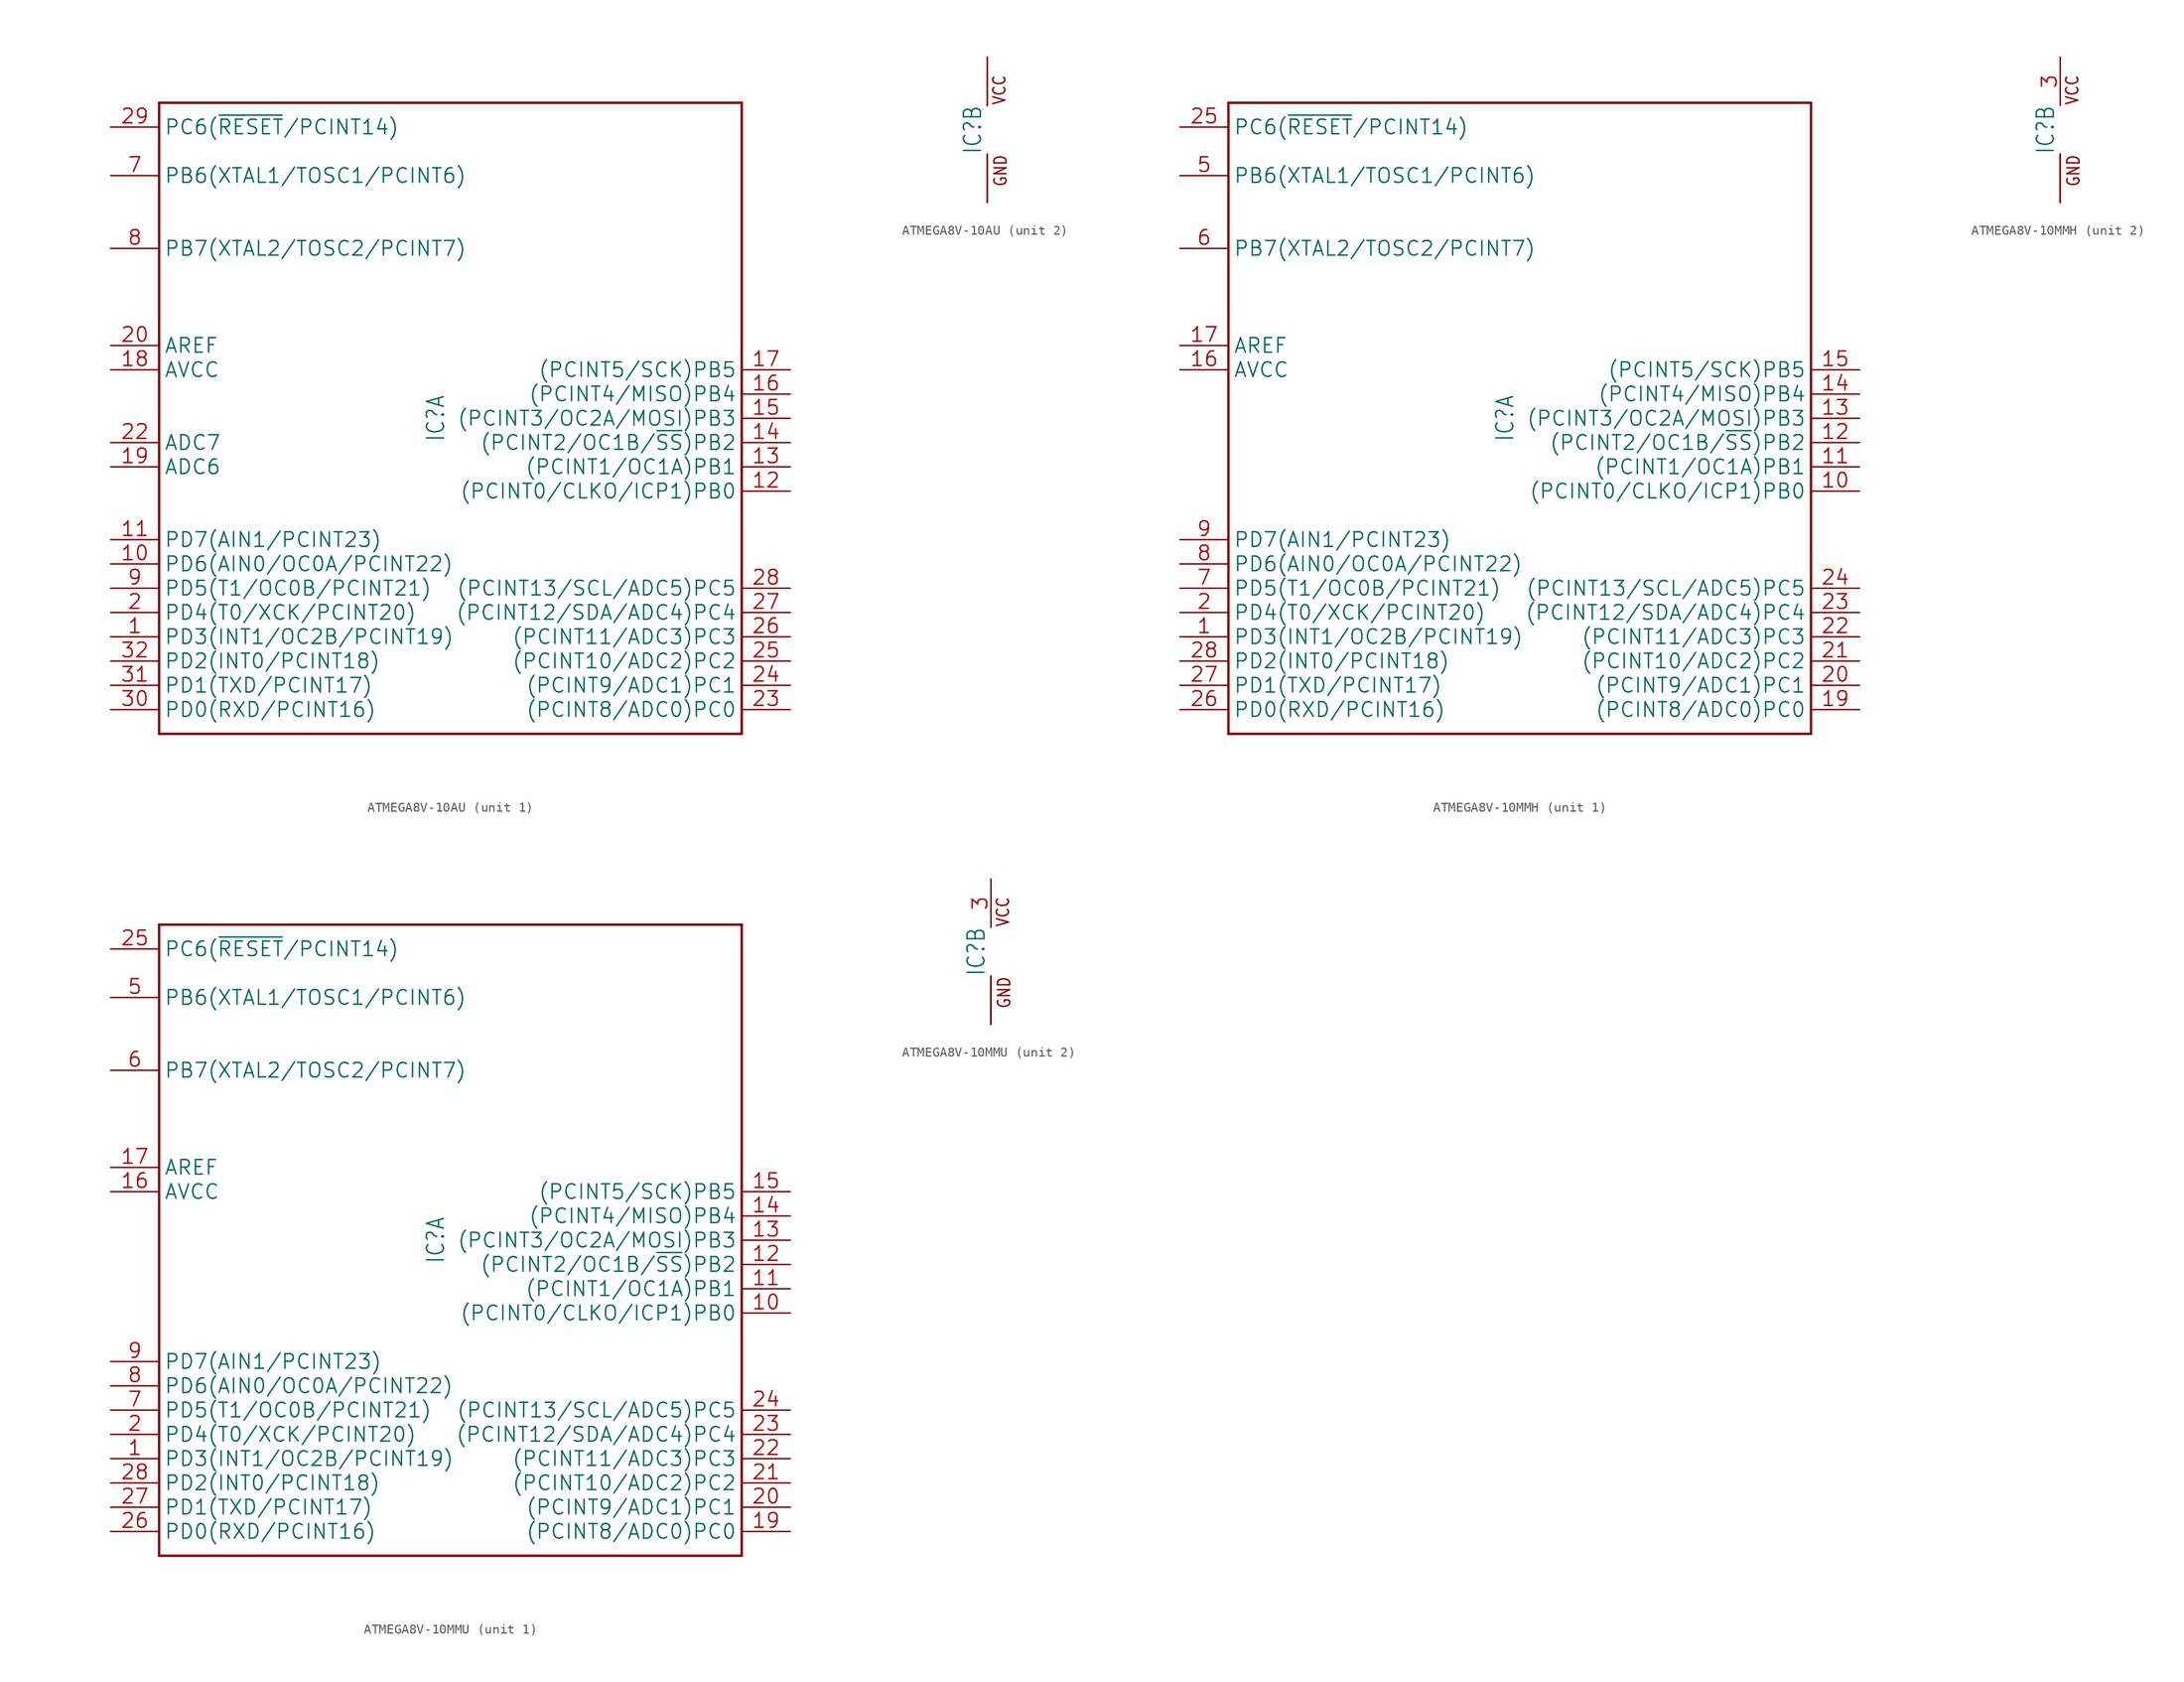
<source format=kicad_sym>
(kicad_symbol_lib
  (version 20241209)
  (generator "kicad_symbol_editor")
  (generator_version "9.0")
  (symbol "ATMEGA8V-10AU"
    (property "Reference" "IC"
      (at -0.508 0 90)
      (effects (font (size 1.778 1.511)) (justify bottom)))
    (property "ki_locked" ""
      (at 0 0 0)
      (effects (font (size 1.27 1.27))))
    (symbol "ATMEGA8V-10AU_1_0"
      (polyline (pts (xy -30.48 33.02) (xy 30.48 33.02)) (stroke (width 0.254) (type solid)) (fill (type none)))
      (polyline (pts (xy -30.48 -33.02) (xy -30.48 33.02)) (stroke (width 0.254) (type solid)) (fill (type none)))
      (polyline (pts (xy 30.48 33.02) (xy 30.48 -33.02)) (stroke (width 0.254) (type solid)) (fill (type none)))
      (polyline (pts (xy 30.48 -33.02) (xy -30.48 -33.02)) (stroke (width 0.254) (type solid)) (fill (type none)))
      (pin bidirectional line (at -35.56 30.48 0) (length 5.08) (name "PC6(~{RESET}/PCINT14)" (effects (font (size 1.524 1.524)))) (number "29" (effects (font (size 1.524 1.524)))))
      (pin bidirectional line (at -35.56 25.4 0) (length 5.08) (name "PB6(XTAL1/TOSC1/PCINT6)" (effects (font (size 1.524 1.524)))) (number "7" (effects (font (size 1.524 1.524)))))
      (pin bidirectional line (at -35.56 17.78 0) (length 5.08) (name "PB7(XTAL2/TOSC2/PCINT7)" (effects (font (size 1.524 1.524)))) (number "8" (effects (font (size 1.524 1.524)))))
      (pin passive line (at -35.56 7.62 0) (length 5.08) (name "AREF" (effects (font (size 1.524 1.524)))) (number "20" (effects (font (size 1.524 1.524)))))
      (pin power_in line (at -35.56 5.08 0) (length 5.08) (name "AVCC" (effects (font (size 1.524 1.524)))) (number "18" (effects (font (size 1.524 1.524)))))
      (pin bidirectional line (at -35.56 -2.54 0) (length 5.08) (name "ADC7" (effects (font (size 1.524 1.524)))) (number "22" (effects (font (size 1.524 1.524)))))
      (pin bidirectional line (at -35.56 -5.08 0) (length 5.08) (name "ADC6" (effects (font (size 1.524 1.524)))) (number "19" (effects (font (size 1.524 1.524)))))
      (pin bidirectional line (at -35.56 -12.7 0) (length 5.08) (name "PD7(AIN1/PCINT23)" (effects (font (size 1.524 1.524)))) (number "11" (effects (font (size 1.524 1.524)))))
      (pin bidirectional line (at -35.56 -15.24 0) (length 5.08) (name "PD6(AIN0/OC0A/PCINT22)" (effects (font (size 1.524 1.524)))) (number "10" (effects (font (size 1.524 1.524)))))
      (pin bidirectional line (at -35.56 -17.78 0) (length 5.08) (name "PD5(T1/OC0B/PCINT21)" (effects (font (size 1.524 1.524)))) (number "9" (effects (font (size 1.524 1.524)))))
      (pin bidirectional line (at -35.56 -20.32 0) (length 5.08) (name "PD4(T0/XCK/PCINT20)" (effects (font (size 1.524 1.524)))) (number "2" (effects (font (size 1.524 1.524)))))
      (pin bidirectional line (at -35.56 -22.86 0) (length 5.08) (name "PD3(INT1/OC2B/PCINT19)" (effects (font (size 1.524 1.524)))) (number "1" (effects (font (size 1.524 1.524)))))
      (pin bidirectional line (at -35.56 -25.4 0) (length 5.08) (name "PD2(INT0/PCINT18)" (effects (font (size 1.524 1.524)))) (number "32" (effects (font (size 1.524 1.524)))))
      (pin bidirectional line (at -35.56 -27.94 0) (length 5.08) (name "PD1(TXD/PCINT17)" (effects (font (size 1.524 1.524)))) (number "31" (effects (font (size 1.524 1.524)))))
      (pin bidirectional line (at -35.56 -30.48 0) (length 5.08) (name "PD0(RXD/PCINT16)" (effects (font (size 1.524 1.524)))) (number "30" (effects (font (size 1.524 1.524)))))
      (pin bidirectional line (at 35.56 5.08 180) (length 5.08) (name "(PCINT5/SCK)PB5" (effects (font (size 1.524 1.524)))) (number "17" (effects (font (size 1.524 1.524)))))
      (pin bidirectional line (at 35.56 2.54 180) (length 5.08) (name "(PCINT4/MISO)PB4" (effects (font (size 1.524 1.524)))) (number "16" (effects (font (size 1.524 1.524)))))
      (pin bidirectional line (at 35.56 0 180) (length 5.08) (name "(PCINT3/OC2A/MOSI)PB3" (effects (font (size 1.524 1.524)))) (number "15" (effects (font (size 1.524 1.524)))))
      (pin bidirectional line (at 35.56 -2.54 180) (length 5.08) (name "(PCINT2/OC1B/~{SS})PB2" (effects (font (size 1.524 1.524)))) (number "14" (effects (font (size 1.524 1.524)))))
      (pin bidirectional line (at 35.56 -5.08 180) (length 5.08) (name "(PCINT1/OC1A)PB1" (effects (font (size 1.524 1.524)))) (number "13" (effects (font (size 1.524 1.524)))))
      (pin bidirectional line (at 35.56 -7.62 180) (length 5.08) (name "(PCINT0/CLKO/ICP1)PB0" (effects (font (size 1.524 1.524)))) (number "12" (effects (font (size 1.524 1.524)))))
      (pin bidirectional line (at 35.56 -17.78 180) (length 5.08) (name "(PCINT13/SCL/ADC5)PC5" (effects (font (size 1.524 1.524)))) (number "28" (effects (font (size 1.524 1.524)))))
      (pin bidirectional line (at 35.56 -20.32 180) (length 5.08) (name "(PCINT12/SDA/ADC4)PC4" (effects (font (size 1.524 1.524)))) (number "27" (effects (font (size 1.524 1.524)))))
      (pin bidirectional line (at 35.56 -22.86 180) (length 5.08) (name "(PCINT11/ADC3)PC3" (effects (font (size 1.524 1.524)))) (number "26" (effects (font (size 1.524 1.524)))))
      (pin bidirectional line (at 35.56 -25.4 180) (length 5.08) (name "(PCINT10/ADC2)PC2" (effects (font (size 1.524 1.524)))) (number "25" (effects (font (size 1.524 1.524)))))
      (pin bidirectional line (at 35.56 -27.94 180) (length 5.08) (name "(PCINT9/ADC1)PC1" (effects (font (size 1.524 1.524)))) (number "24" (effects (font (size 1.524 1.524)))))
      (pin bidirectional line (at 35.56 -30.48 180) (length 5.08) (name "(PCINT8/ADC0)PC0" (effects (font (size 1.524 1.524)))) (number "23" (effects (font (size 1.524 1.524))))))
    (symbol "ATMEGA8V-10AU_2_0"
      (text "VCC" (at 0.508 2.54 900) (effects (font (size 1.27 1.079)) (justify left top)))
      (text "GND" (at 0.635 -2.54 900) (effects (font (size 1.27 1.079)) (justify right top)))
      (pin power_in line (at 0 7.62 270) (length 5.08) (name "VCC" (effects (font (size 0 0)))) (number "4" (effects (font (size 0 0)))))
      (pin power_in line (at 0 7.62 270) (length 5.08) (name "VCC" (effects (font (size 0 0)))) (number "6" (effects (font (size 0 0)))))
      (pin power_in line (at 0 -7.62 90) (length 5.08) (name "GND" (effects (font (size 0 0)))) (number "21" (effects (font (size 0 0)))))
      (pin power_in line (at 0 -7.62 90) (length 5.08) (name "GND" (effects (font (size 0 0)))) (number "3" (effects (font (size 0 0)))))
      (pin power_in line (at 0 -7.62 90) (length 5.08) (name "GND" (effects (font (size 0 0)))) (number "5" (effects (font (size 0 0)))))))
  (symbol "ATMEGA8V-10MMH"
    (property "Reference" "IC"
      (at -0.508 0 90)
      (effects (font (size 1.778 1.511)) (justify bottom)))
    (property "ki_locked" ""
      (at 0 0 0)
      (effects (font (size 1.27 1.27))))
    (symbol "ATMEGA8V-10MMH_1_0"
      (polyline (pts (xy -30.48 33.02) (xy 30.48 33.02)) (stroke (width 0.254) (type solid)) (fill (type none)))
      (polyline (pts (xy -30.48 -33.02) (xy -30.48 33.02)) (stroke (width 0.254) (type solid)) (fill (type none)))
      (polyline (pts (xy 30.48 33.02) (xy 30.48 -33.02)) (stroke (width 0.254) (type solid)) (fill (type none)))
      (polyline (pts (xy 30.48 -33.02) (xy -30.48 -33.02)) (stroke (width 0.254) (type solid)) (fill (type none)))
      (pin bidirectional line (at -35.56 30.48 0) (length 5.08) (name "PC6(~{RESET}/PCINT14)" (effects (font (size 1.524 1.524)))) (number "25" (effects (font (size 1.524 1.524)))))
      (pin bidirectional line (at -35.56 25.4 0) (length 5.08) (name "PB6(XTAL1/TOSC1/PCINT6)" (effects (font (size 1.524 1.524)))) (number "5" (effects (font (size 1.524 1.524)))))
      (pin bidirectional line (at -35.56 17.78 0) (length 5.08) (name "PB7(XTAL2/TOSC2/PCINT7)" (effects (font (size 1.524 1.524)))) (number "6" (effects (font (size 1.524 1.524)))))
      (pin passive line (at -35.56 7.62 0) (length 5.08) (name "AREF" (effects (font (size 1.524 1.524)))) (number "17" (effects (font (size 1.524 1.524)))))
      (pin power_in line (at -35.56 5.08 0) (length 5.08) (name "AVCC" (effects (font (size 1.524 1.524)))) (number "16" (effects (font (size 1.524 1.524)))))
      (pin bidirectional line (at -35.56 -12.7 0) (length 5.08) (name "PD7(AIN1/PCINT23)" (effects (font (size 1.524 1.524)))) (number "9" (effects (font (size 1.524 1.524)))))
      (pin bidirectional line (at -35.56 -15.24 0) (length 5.08) (name "PD6(AIN0/OC0A/PCINT22)" (effects (font (size 1.524 1.524)))) (number "8" (effects (font (size 1.524 1.524)))))
      (pin bidirectional line (at -35.56 -17.78 0) (length 5.08) (name "PD5(T1/OC0B/PCINT21)" (effects (font (size 1.524 1.524)))) (number "7" (effects (font (size 1.524 1.524)))))
      (pin bidirectional line (at -35.56 -20.32 0) (length 5.08) (name "PD4(T0/XCK/PCINT20)" (effects (font (size 1.524 1.524)))) (number "2" (effects (font (size 1.524 1.524)))))
      (pin bidirectional line (at -35.56 -22.86 0) (length 5.08) (name "PD3(INT1/OC2B/PCINT19)" (effects (font (size 1.524 1.524)))) (number "1" (effects (font (size 1.524 1.524)))))
      (pin bidirectional line (at -35.56 -25.4 0) (length 5.08) (name "PD2(INT0/PCINT18)" (effects (font (size 1.524 1.524)))) (number "28" (effects (font (size 1.524 1.524)))))
      (pin bidirectional line (at -35.56 -27.94 0) (length 5.08) (name "PD1(TXD/PCINT17)" (effects (font (size 1.524 1.524)))) (number "27" (effects (font (size 1.524 1.524)))))
      (pin bidirectional line (at -35.56 -30.48 0) (length 5.08) (name "PD0(RXD/PCINT16)" (effects (font (size 1.524 1.524)))) (number "26" (effects (font (size 1.524 1.524)))))
      (pin bidirectional line (at 35.56 5.08 180) (length 5.08) (name "(PCINT5/SCK)PB5" (effects (font (size 1.524 1.524)))) (number "15" (effects (font (size 1.524 1.524)))))
      (pin bidirectional line (at 35.56 2.54 180) (length 5.08) (name "(PCINT4/MISO)PB4" (effects (font (size 1.524 1.524)))) (number "14" (effects (font (size 1.524 1.524)))))
      (pin bidirectional line (at 35.56 0 180) (length 5.08) (name "(PCINT3/OC2A/MOSI)PB3" (effects (font (size 1.524 1.524)))) (number "13" (effects (font (size 1.524 1.524)))))
      (pin bidirectional line (at 35.56 -2.54 180) (length 5.08) (name "(PCINT2/OC1B/~{SS})PB2" (effects (font (size 1.524 1.524)))) (number "12" (effects (font (size 1.524 1.524)))))
      (pin bidirectional line (at 35.56 -5.08 180) (length 5.08) (name "(PCINT1/OC1A)PB1" (effects (font (size 1.524 1.524)))) (number "11" (effects (font (size 1.524 1.524)))))
      (pin bidirectional line (at 35.56 -7.62 180) (length 5.08) (name "(PCINT0/CLKO/ICP1)PB0" (effects (font (size 1.524 1.524)))) (number "10" (effects (font (size 1.524 1.524)))))
      (pin bidirectional line (at 35.56 -17.78 180) (length 5.08) (name "(PCINT13/SCL/ADC5)PC5" (effects (font (size 1.524 1.524)))) (number "24" (effects (font (size 1.524 1.524)))))
      (pin bidirectional line (at 35.56 -20.32 180) (length 5.08) (name "(PCINT12/SDA/ADC4)PC4" (effects (font (size 1.524 1.524)))) (number "23" (effects (font (size 1.524 1.524)))))
      (pin bidirectional line (at 35.56 -22.86 180) (length 5.08) (name "(PCINT11/ADC3)PC3" (effects (font (size 1.524 1.524)))) (number "22" (effects (font (size 1.524 1.524)))))
      (pin bidirectional line (at 35.56 -25.4 180) (length 5.08) (name "(PCINT10/ADC2)PC2" (effects (font (size 1.524 1.524)))) (number "21" (effects (font (size 1.524 1.524)))))
      (pin bidirectional line (at 35.56 -27.94 180) (length 5.08) (name "(PCINT9/ADC1)PC1" (effects (font (size 1.524 1.524)))) (number "20" (effects (font (size 1.524 1.524)))))
      (pin bidirectional line (at 35.56 -30.48 180) (length 5.08) (name "(PCINT8/ADC0)PC0" (effects (font (size 1.524 1.524)))) (number "19" (effects (font (size 1.524 1.524))))))
    (symbol "ATMEGA8V-10MMH_2_0"
      (text "VCC" (at 0.508 2.54 900) (effects (font (size 1.27 1.079)) (justify left top)))
      (text "GND" (at 0.635 -2.54 900) (effects (font (size 1.27 1.079)) (justify right top)))
      (pin power_in line (at 0 7.62 270) (length 5.08) (name "VCC" (effects (font (size 0 0)))) (number "3" (effects (font (size 1.524 1.524)))))
      (pin power_in line (at 0 -7.62 90) (length 5.08) (name "GND" (effects (font (size 0 0)))) (number "18" (effects (font (size 0 0)))))
      (pin power_in line (at 0 -7.62 90) (length 5.08) (name "GND" (effects (font (size 0 0)))) (number "4" (effects (font (size 0 0)))))
      (pin power_in line (at 0 -7.62 90) (length 5.08) (name "GND" (effects (font (size 0 0)))) (number "EXP" (effects (font (size 0 0)))))))
  (symbol "ATMEGA8V-10MMU"
    (property "Reference" "IC"
      (at -0.508 0 90)
      (effects (font (size 1.778 1.511)) (justify bottom)))
    (property "ki_locked" ""
      (at 0 0 0)
      (effects (font (size 1.27 1.27))))
    (symbol "ATMEGA8V-10MMU_1_0"
      (polyline (pts (xy -30.48 33.02) (xy 30.48 33.02)) (stroke (width 0.254) (type solid)) (fill (type none)))
      (polyline (pts (xy -30.48 -33.02) (xy -30.48 33.02)) (stroke (width 0.254) (type solid)) (fill (type none)))
      (polyline (pts (xy 30.48 33.02) (xy 30.48 -33.02)) (stroke (width 0.254) (type solid)) (fill (type none)))
      (polyline (pts (xy 30.48 -33.02) (xy -30.48 -33.02)) (stroke (width 0.254) (type solid)) (fill (type none)))
      (pin bidirectional line (at -35.56 30.48 0) (length 5.08) (name "PC6(~{RESET}/PCINT14)" (effects (font (size 1.524 1.524)))) (number "25" (effects (font (size 1.524 1.524)))))
      (pin bidirectional line (at -35.56 25.4 0) (length 5.08) (name "PB6(XTAL1/TOSC1/PCINT6)" (effects (font (size 1.524 1.524)))) (number "5" (effects (font (size 1.524 1.524)))))
      (pin bidirectional line (at -35.56 17.78 0) (length 5.08) (name "PB7(XTAL2/TOSC2/PCINT7)" (effects (font (size 1.524 1.524)))) (number "6" (effects (font (size 1.524 1.524)))))
      (pin passive line (at -35.56 7.62 0) (length 5.08) (name "AREF" (effects (font (size 1.524 1.524)))) (number "17" (effects (font (size 1.524 1.524)))))
      (pin power_in line (at -35.56 5.08 0) (length 5.08) (name "AVCC" (effects (font (size 1.524 1.524)))) (number "16" (effects (font (size 1.524 1.524)))))
      (pin bidirectional line (at -35.56 -12.7 0) (length 5.08) (name "PD7(AIN1/PCINT23)" (effects (font (size 1.524 1.524)))) (number "9" (effects (font (size 1.524 1.524)))))
      (pin bidirectional line (at -35.56 -15.24 0) (length 5.08) (name "PD6(AIN0/OC0A/PCINT22)" (effects (font (size 1.524 1.524)))) (number "8" (effects (font (size 1.524 1.524)))))
      (pin bidirectional line (at -35.56 -17.78 0) (length 5.08) (name "PD5(T1/OC0B/PCINT21)" (effects (font (size 1.524 1.524)))) (number "7" (effects (font (size 1.524 1.524)))))
      (pin bidirectional line (at -35.56 -20.32 0) (length 5.08) (name "PD4(T0/XCK/PCINT20)" (effects (font (size 1.524 1.524)))) (number "2" (effects (font (size 1.524 1.524)))))
      (pin bidirectional line (at -35.56 -22.86 0) (length 5.08) (name "PD3(INT1/OC2B/PCINT19)" (effects (font (size 1.524 1.524)))) (number "1" (effects (font (size 1.524 1.524)))))
      (pin bidirectional line (at -35.56 -25.4 0) (length 5.08) (name "PD2(INT0/PCINT18)" (effects (font (size 1.524 1.524)))) (number "28" (effects (font (size 1.524 1.524)))))
      (pin bidirectional line (at -35.56 -27.94 0) (length 5.08) (name "PD1(TXD/PCINT17)" (effects (font (size 1.524 1.524)))) (number "27" (effects (font (size 1.524 1.524)))))
      (pin bidirectional line (at -35.56 -30.48 0) (length 5.08) (name "PD0(RXD/PCINT16)" (effects (font (size 1.524 1.524)))) (number "26" (effects (font (size 1.524 1.524)))))
      (pin bidirectional line (at 35.56 5.08 180) (length 5.08) (name "(PCINT5/SCK)PB5" (effects (font (size 1.524 1.524)))) (number "15" (effects (font (size 1.524 1.524)))))
      (pin bidirectional line (at 35.56 2.54 180) (length 5.08) (name "(PCINT4/MISO)PB4" (effects (font (size 1.524 1.524)))) (number "14" (effects (font (size 1.524 1.524)))))
      (pin bidirectional line (at 35.56 0 180) (length 5.08) (name "(PCINT3/OC2A/MOSI)PB3" (effects (font (size 1.524 1.524)))) (number "13" (effects (font (size 1.524 1.524)))))
      (pin bidirectional line (at 35.56 -2.54 180) (length 5.08) (name "(PCINT2/OC1B/~{SS})PB2" (effects (font (size 1.524 1.524)))) (number "12" (effects (font (size 1.524 1.524)))))
      (pin bidirectional line (at 35.56 -5.08 180) (length 5.08) (name "(PCINT1/OC1A)PB1" (effects (font (size 1.524 1.524)))) (number "11" (effects (font (size 1.524 1.524)))))
      (pin bidirectional line (at 35.56 -7.62 180) (length 5.08) (name "(PCINT0/CLKO/ICP1)PB0" (effects (font (size 1.524 1.524)))) (number "10" (effects (font (size 1.524 1.524)))))
      (pin bidirectional line (at 35.56 -17.78 180) (length 5.08) (name "(PCINT13/SCL/ADC5)PC5" (effects (font (size 1.524 1.524)))) (number "24" (effects (font (size 1.524 1.524)))))
      (pin bidirectional line (at 35.56 -20.32 180) (length 5.08) (name "(PCINT12/SDA/ADC4)PC4" (effects (font (size 1.524 1.524)))) (number "23" (effects (font (size 1.524 1.524)))))
      (pin bidirectional line (at 35.56 -22.86 180) (length 5.08) (name "(PCINT11/ADC3)PC3" (effects (font (size 1.524 1.524)))) (number "22" (effects (font (size 1.524 1.524)))))
      (pin bidirectional line (at 35.56 -25.4 180) (length 5.08) (name "(PCINT10/ADC2)PC2" (effects (font (size 1.524 1.524)))) (number "21" (effects (font (size 1.524 1.524)))))
      (pin bidirectional line (at 35.56 -27.94 180) (length 5.08) (name "(PCINT9/ADC1)PC1" (effects (font (size 1.524 1.524)))) (number "20" (effects (font (size 1.524 1.524)))))
      (pin bidirectional line (at 35.56 -30.48 180) (length 5.08) (name "(PCINT8/ADC0)PC0" (effects (font (size 1.524 1.524)))) (number "19" (effects (font (size 1.524 1.524))))))
    (symbol "ATMEGA8V-10MMU_2_0"
      (text "VCC" (at 0.508 2.54 900) (effects (font (size 1.27 1.079)) (justify left top)))
      (text "GND" (at 0.635 -2.54 900) (effects (font (size 1.27 1.079)) (justify right top)))
      (pin power_in line (at 0 7.62 270) (length 5.08) (name "VCC" (effects (font (size 0 0)))) (number "3" (effects (font (size 1.524 1.524)))))
      (pin power_in line (at 0 -7.62 90) (length 5.08) (name "GND" (effects (font (size 0 0)))) (number "18" (effects (font (size 0 0)))))
      (pin power_in line (at 0 -7.62 90) (length 5.08) (name "GND" (effects (font (size 0 0)))) (number "4" (effects (font (size 0 0)))))
      (pin power_in line (at 0 -7.62 90) (length 5.08) (name "GND" (effects (font (size 0 0)))) (number "EXP" (effects (font (size 0 0))))))))
</source>
